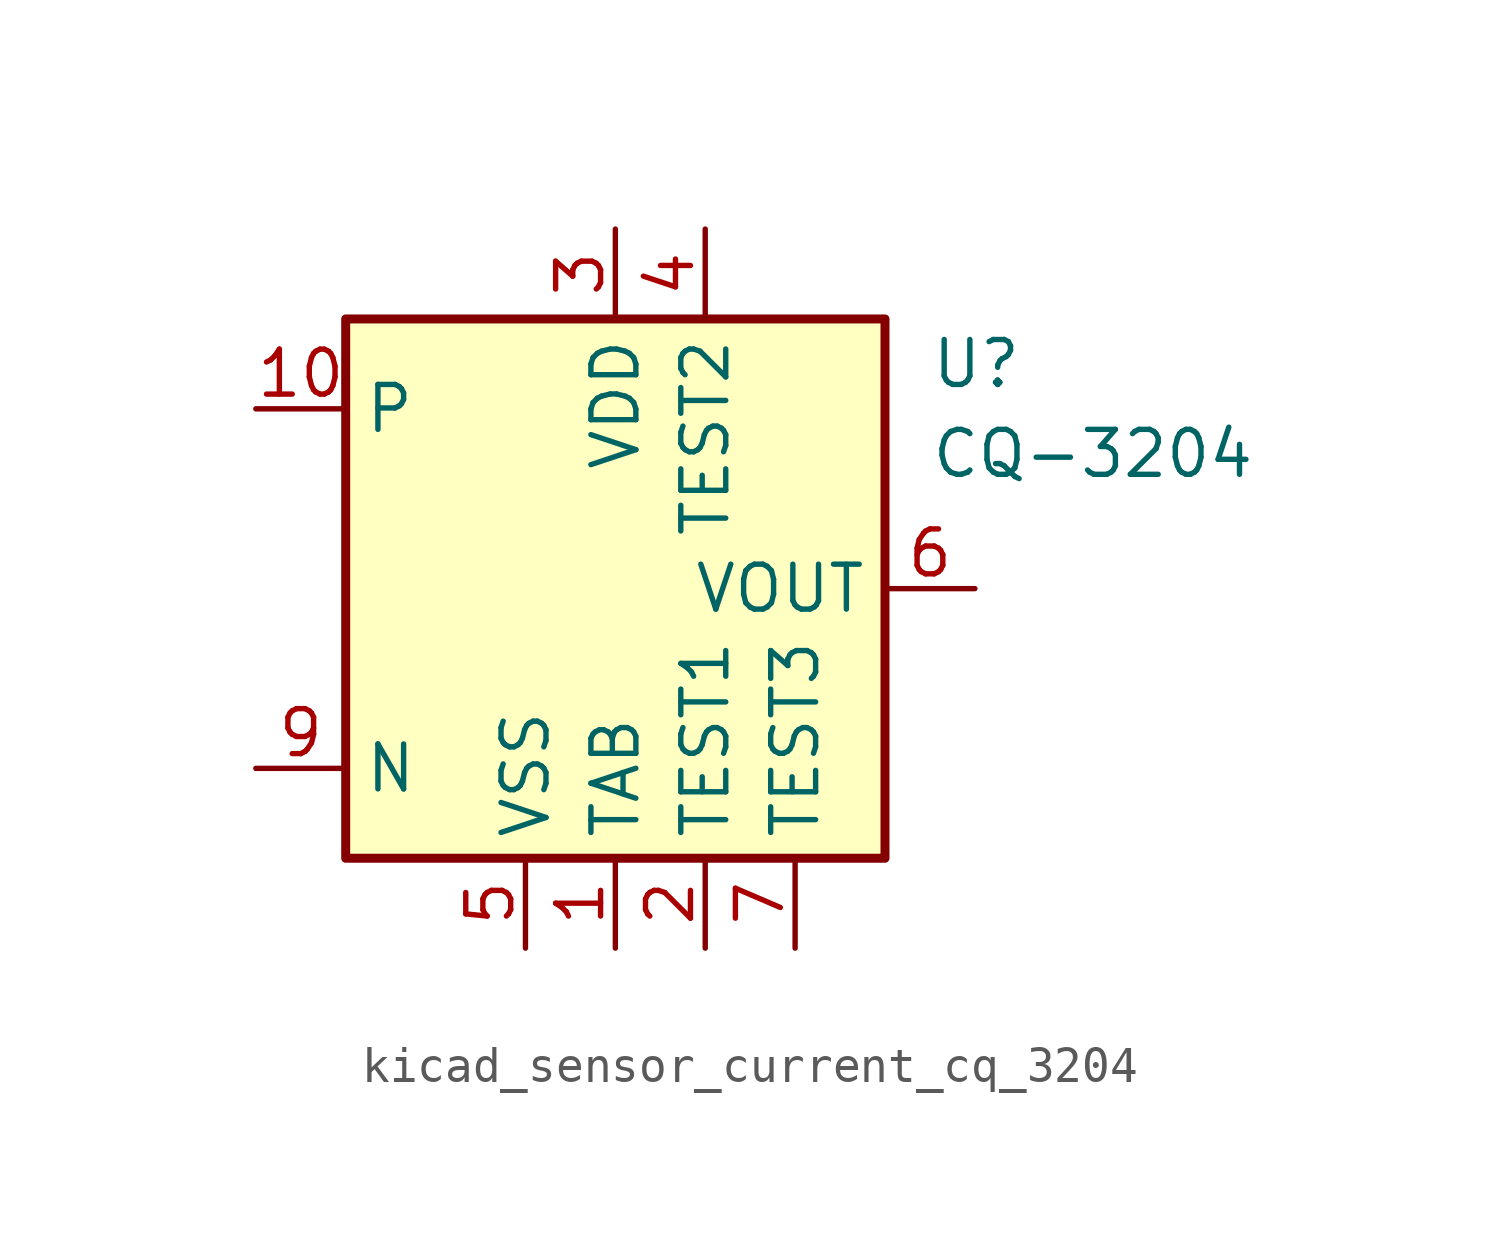
<source format=kicad_sym>
(kicad_symbol_lib
  (version 20220914)
  (generator kicad_symbol_editor)
  (symbol "kicad_sensor_current_cq_3204"
    (property "Reference" "U"
      (at 8.89 6.35 0)
      (effects (font (size 1.27 1.27)) (justify left)))
    (property "Value" "CQ-3204"
      (at 8.89 3.81 0)
      (effects (font (size 1.27 1.27)) (justify left)))
    (symbol "kicad_sensor_current_cq_3204_0_1"
      (rectangle (start -7.62 7.62) (end 7.62 -7.62) (stroke (width 0.254) (type default)) (fill (type background))))
    (symbol "kicad_sensor_current_cq_3204_1_1"
      (pin power_in line (at 0 -10.16 90) (length 2.54) (name "TAB" (effects (font (size 1.27 1.27)))) (number "1" (effects (font (size 1.27 1.27)))))
      (pin passive line (at -10.16 5.08 0) (length 2.54) (name "P" (effects (font (size 1.27 1.27)))) (number "10" (effects (font (size 1.27 1.27)))))
      (pin power_in line (at 2.54 -10.16 90) (length 2.54) (name "TEST1" (effects (font (size 1.27 1.27)))) (number "2" (effects (font (size 1.27 1.27)))))
      (pin power_in line (at 0 10.16 270) (length 2.54) (name "VDD" (effects (font (size 1.27 1.27)))) (number "3" (effects (font (size 1.27 1.27)))))
      (pin power_in line (at 2.54 10.16 270) (length 2.54) (name "TEST2" (effects (font (size 1.27 1.27)))) (number "4" (effects (font (size 1.27 1.27)))))
      (pin power_in line (at -2.54 -10.16 90) (length 2.54) (name "VSS" (effects (font (size 1.27 1.27)))) (number "5" (effects (font (size 1.27 1.27)))))
      (pin output line (at 10.16 0 180) (length 2.54) (name "VOUT" (effects (font (size 1.27 1.27)))) (number "6" (effects (font (size 1.27 1.27)))))
      (pin power_in line (at 5.08 -10.16 90) (length 2.54) (name "TEST3" (effects (font (size 1.27 1.27)))) (number "7" (effects (font (size 1.27 1.27)))))
      (pin passive line (at 0 -10.16 90) (length 2.54) hide (name "TAB" (effects (font (size 1.27 1.27)))) (number "8" (effects (font (size 1.27 1.27)))))
      (pin passive line (at -10.16 -5.08 0) (length 2.54) (name "N" (effects (font (size 1.27 1.27)))) (number "9" (effects (font (size 1.27 1.27))))))))
</source>
